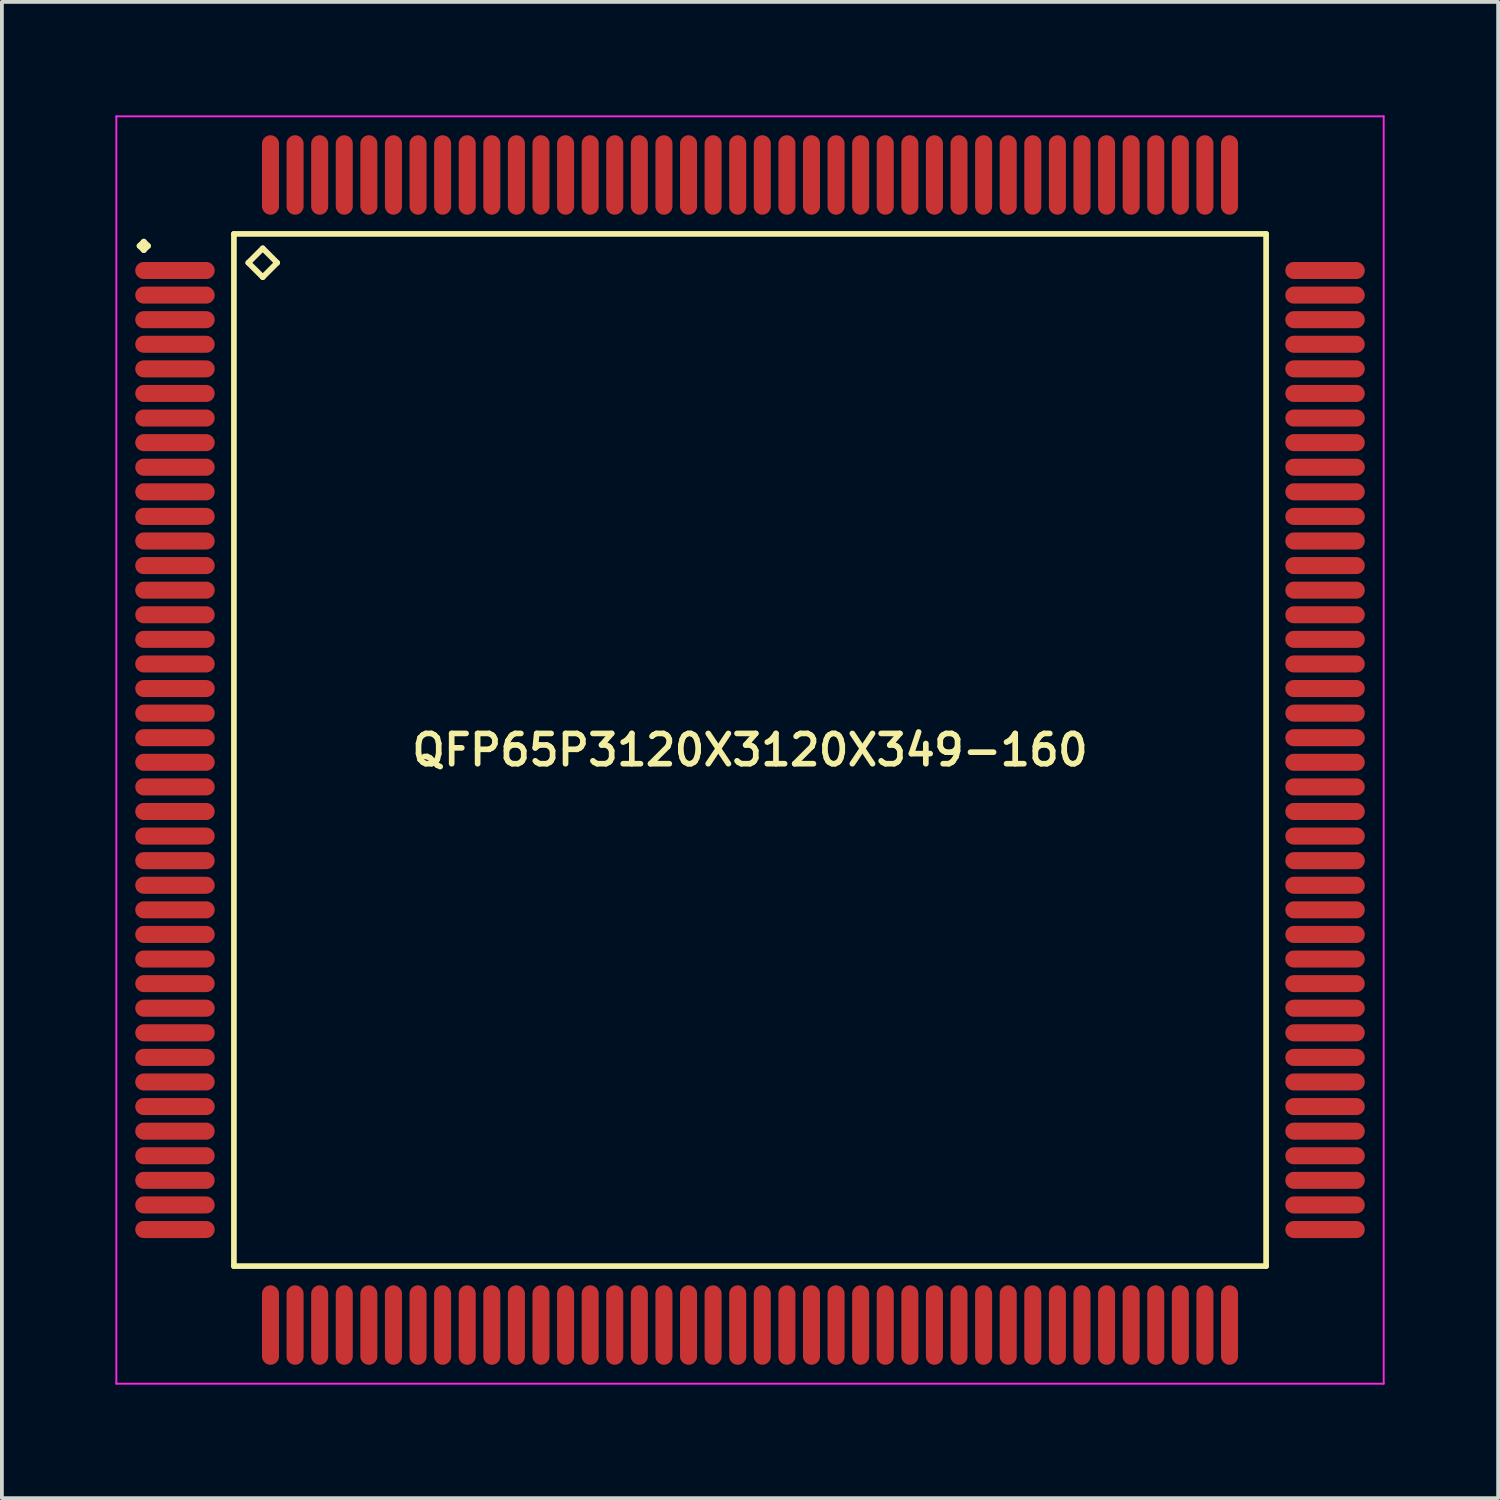
<source format=kicad_pcb>
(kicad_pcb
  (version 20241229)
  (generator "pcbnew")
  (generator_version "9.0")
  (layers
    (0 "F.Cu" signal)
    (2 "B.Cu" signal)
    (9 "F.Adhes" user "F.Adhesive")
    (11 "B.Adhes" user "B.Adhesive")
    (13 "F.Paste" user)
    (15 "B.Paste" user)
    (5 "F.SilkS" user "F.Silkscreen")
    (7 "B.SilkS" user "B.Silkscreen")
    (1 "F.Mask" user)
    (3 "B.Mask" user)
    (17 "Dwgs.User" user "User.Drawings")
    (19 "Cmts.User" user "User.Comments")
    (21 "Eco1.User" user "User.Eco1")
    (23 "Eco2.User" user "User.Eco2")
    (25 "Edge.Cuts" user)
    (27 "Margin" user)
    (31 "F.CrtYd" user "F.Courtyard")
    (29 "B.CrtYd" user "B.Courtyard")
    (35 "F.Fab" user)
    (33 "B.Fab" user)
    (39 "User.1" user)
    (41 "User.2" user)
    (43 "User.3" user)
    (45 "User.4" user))
  (footprint "QFP65P3120X3120X349-160"
    (layer "F.Cu")
    (at 16.775 16.775)
    (property "Reference" "QFP65P3120X3120X349-160" (at 0 0 0) (layer "F.SilkS") (effects (font (size 0.8 0.8) (thickness 0.15))))
    (attr smd)
    (fp_line (start -16.137 -13.325) (end -16.025 -13.438) (stroke (width 0.15) (type solid)) (layer "F.SilkS"))
    (fp_line (start -16.025 -13.438) (end -15.912 -13.325) (stroke (width 0.15) (type solid)) (layer "F.SilkS"))
    (fp_line (start -16.025 -13.213) (end -16.137 -13.325) (stroke (width 0.15) (type solid)) (layer "F.SilkS"))
    (fp_line (start -15.912 -13.325) (end -16.025 -13.213) (stroke (width 0.15) (type solid)) (layer "F.SilkS"))
    (fp_line (start -13.642 -13.642) (end -13.642 13.642) (stroke (width 0.15) (type solid)) (layer "F.SilkS"))
    (fp_line (start -13.642 13.642) (end 13.642 13.642) (stroke (width 0.15) (type solid)) (layer "F.SilkS"))
    (fp_line (start -13.261 -12.88) (end -12.88 -13.261) (stroke (width 0.15) (type solid)) (layer "F.SilkS"))
    (fp_line (start -12.88 -13.261) (end -12.499 -12.88) (stroke (width 0.15) (type solid)) (layer "F.SilkS"))
    (fp_line (start -12.88 -12.499) (end -13.261 -12.88) (stroke (width 0.15) (type solid)) (layer "F.SilkS"))
    (fp_line (start -12.499 -12.88) (end -12.88 -12.499) (stroke (width 0.15) (type solid)) (layer "F.SilkS"))
    (fp_line (start 13.642 -13.642) (end -13.642 -13.642) (stroke (width 0.15) (type solid)) (layer "F.SilkS"))
    (fp_line (start 13.642 13.642) (end 13.642 -13.642) (stroke (width 0.15) (type solid)) (layer "F.SilkS"))
    (fp_line (start -16.75 -16.75) (end 16.75 -16.75) (stroke (width 0.05) (type solid)) (layer "F.CrtYd"))
    (fp_line (start -16.75 16.75) (end -16.75 -16.75) (stroke (width 0.05) (type solid)) (layer "F.CrtYd"))
    (fp_line (start 16.75 -16.75) (end 16.75 16.75) (stroke (width 0.05) (type solid)) (layer "F.CrtYd"))
    (fp_line (start 16.75 16.75) (end -16.75 16.75) (stroke (width 0.05) (type solid)) (layer "F.CrtYd"))
    (pad "1" smd oval (at -15.2 -12.675) (size 2.1 0.45) (layers "F.Cu" "F.Mask" "F.Paste"))
    (pad "2" smd oval (at -15.2 -12.025) (size 2.1 0.45) (layers "F.Cu" "F.Mask" "F.Paste"))
    (pad "3" smd oval (at -15.2 -11.375) (size 2.1 0.45) (layers "F.Cu" "F.Mask" "F.Paste"))
    (pad "4" smd oval (at -15.2 -10.725) (size 2.1 0.45) (layers "F.Cu" "F.Mask" "F.Paste"))
    (pad "5" smd oval (at -15.2 -10.075) (size 2.1 0.45) (layers "F.Cu" "F.Mask" "F.Paste"))
    (pad "6" smd oval (at -15.2 -9.425) (size 2.1 0.45) (layers "F.Cu" "F.Mask" "F.Paste"))
    (pad "7" smd oval (at -15.2 -8.775) (size 2.1 0.45) (layers "F.Cu" "F.Mask" "F.Paste"))
    (pad "8" smd oval (at -15.2 -8.125) (size 2.1 0.45) (layers "F.Cu" "F.Mask" "F.Paste"))
    (pad "9" smd oval (at -15.2 -7.475) (size 2.1 0.45) (layers "F.Cu" "F.Mask" "F.Paste"))
    (pad "10" smd oval (at -15.2 -6.825) (size 2.1 0.45) (layers "F.Cu" "F.Mask" "F.Paste"))
    (pad "11" smd oval (at -15.2 -6.175) (size 2.1 0.45) (layers "F.Cu" "F.Mask" "F.Paste"))
    (pad "12" smd oval (at -15.2 -5.525) (size 2.1 0.45) (layers "F.Cu" "F.Mask" "F.Paste"))
    (pad "13" smd oval (at -15.2 -4.875) (size 2.1 0.45) (layers "F.Cu" "F.Mask" "F.Paste"))
    (pad "14" smd oval (at -15.2 -4.225) (size 2.1 0.45) (layers "F.Cu" "F.Mask" "F.Paste"))
    (pad "15" smd oval (at -15.2 -3.575) (size 2.1 0.45) (layers "F.Cu" "F.Mask" "F.Paste"))
    (pad "16" smd oval (at -15.2 -2.925) (size 2.1 0.45) (layers "F.Cu" "F.Mask" "F.Paste"))
    (pad "17" smd oval (at -15.2 -2.275) (size 2.1 0.45) (layers "F.Cu" "F.Mask" "F.Paste"))
    (pad "18" smd oval (at -15.2 -1.625) (size 2.1 0.45) (layers "F.Cu" "F.Mask" "F.Paste"))
    (pad "19" smd oval (at -15.2 -0.975) (size 2.1 0.45) (layers "F.Cu" "F.Mask" "F.Paste"))
    (pad "20" smd oval (at -15.2 -0.325) (size 2.1 0.45) (layers "F.Cu" "F.Mask" "F.Paste"))
    (pad "21" smd oval (at -15.2 0.325) (size 2.1 0.45) (layers "F.Cu" "F.Mask" "F.Paste"))
    (pad "22" smd oval (at -15.2 0.975) (size 2.1 0.45) (layers "F.Cu" "F.Mask" "F.Paste"))
    (pad "23" smd oval (at -15.2 1.625) (size 2.1 0.45) (layers "F.Cu" "F.Mask" "F.Paste"))
    (pad "24" smd oval (at -15.2 2.275) (size 2.1 0.45) (layers "F.Cu" "F.Mask" "F.Paste"))
    (pad "25" smd oval (at -15.2 2.925) (size 2.1 0.45) (layers "F.Cu" "F.Mask" "F.Paste"))
    (pad "26" smd oval (at -15.2 3.575) (size 2.1 0.45) (layers "F.Cu" "F.Mask" "F.Paste"))
    (pad "27" smd oval (at -15.2 4.225) (size 2.1 0.45) (layers "F.Cu" "F.Mask" "F.Paste"))
    (pad "28" smd oval (at -15.2 4.875) (size 2.1 0.45) (layers "F.Cu" "F.Mask" "F.Paste"))
    (pad "29" smd oval (at -15.2 5.525) (size 2.1 0.45) (layers "F.Cu" "F.Mask" "F.Paste"))
    (pad "30" smd oval (at -15.2 6.175) (size 2.1 0.45) (layers "F.Cu" "F.Mask" "F.Paste"))
    (pad "31" smd oval (at -15.2 6.825) (size 2.1 0.45) (layers "F.Cu" "F.Mask" "F.Paste"))
    (pad "32" smd oval (at -15.2 7.475) (size 2.1 0.45) (layers "F.Cu" "F.Mask" "F.Paste"))
    (pad "33" smd oval (at -15.2 8.125) (size 2.1 0.45) (layers "F.Cu" "F.Mask" "F.Paste"))
    (pad "34" smd oval (at -15.2 8.775) (size 2.1 0.45) (layers "F.Cu" "F.Mask" "F.Paste"))
    (pad "35" smd oval (at -15.2 9.425) (size 2.1 0.45) (layers "F.Cu" "F.Mask" "F.Paste"))
    (pad "36" smd oval (at -15.2 10.075) (size 2.1 0.45) (layers "F.Cu" "F.Mask" "F.Paste"))
    (pad "37" smd oval (at -15.2 10.725) (size 2.1 0.45) (layers "F.Cu" "F.Mask" "F.Paste"))
    (pad "38" smd oval (at -15.2 11.375) (size 2.1 0.45) (layers "F.Cu" "F.Mask" "F.Paste"))
    (pad "39" smd oval (at -15.2 12.025) (size 2.1 0.45) (layers "F.Cu" "F.Mask" "F.Paste"))
    (pad "40" smd oval (at -15.2 12.675) (size 2.1 0.45) (layers "F.Cu" "F.Mask" "F.Paste"))
    (pad "41" smd oval (at -12.675 15.2) (size 0.45 2.1) (layers "F.Cu" "F.Mask" "F.Paste"))
    (pad "42" smd oval (at -12.025 15.2) (size 0.45 2.1) (layers "F.Cu" "F.Mask" "F.Paste"))
    (pad "43" smd oval (at -11.375 15.2) (size 0.45 2.1) (layers "F.Cu" "F.Mask" "F.Paste"))
    (pad "44" smd oval (at -10.725 15.2) (size 0.45 2.1) (layers "F.Cu" "F.Mask" "F.Paste"))
    (pad "45" smd oval (at -10.075 15.2) (size 0.45 2.1) (layers "F.Cu" "F.Mask" "F.Paste"))
    (pad "46" smd oval (at -9.425 15.2) (size 0.45 2.1) (layers "F.Cu" "F.Mask" "F.Paste"))
    (pad "47" smd oval (at -8.775 15.2) (size 0.45 2.1) (layers "F.Cu" "F.Mask" "F.Paste"))
    (pad "48" smd oval (at -8.125 15.2) (size 0.45 2.1) (layers "F.Cu" "F.Mask" "F.Paste"))
    (pad "49" smd oval (at -7.475 15.2) (size 0.45 2.1) (layers "F.Cu" "F.Mask" "F.Paste"))
    (pad "50" smd oval (at -6.825 15.2) (size 0.45 2.1) (layers "F.Cu" "F.Mask" "F.Paste"))
    (pad "51" smd oval (at -6.175 15.2) (size 0.45 2.1) (layers "F.Cu" "F.Mask" "F.Paste"))
    (pad "52" smd oval (at -5.525 15.2) (size 0.45 2.1) (layers "F.Cu" "F.Mask" "F.Paste"))
    (pad "53" smd oval (at -4.875 15.2) (size 0.45 2.1) (layers "F.Cu" "F.Mask" "F.Paste"))
    (pad "54" smd oval (at -4.225 15.2) (size 0.45 2.1) (layers "F.Cu" "F.Mask" "F.Paste"))
    (pad "55" smd oval (at -3.575 15.2) (size 0.45 2.1) (layers "F.Cu" "F.Mask" "F.Paste"))
    (pad "56" smd oval (at -2.925 15.2) (size 0.45 2.1) (layers "F.Cu" "F.Mask" "F.Paste"))
    (pad "57" smd oval (at -2.275 15.2) (size 0.45 2.1) (layers "F.Cu" "F.Mask" "F.Paste"))
    (pad "58" smd oval (at -1.625 15.2) (size 0.45 2.1) (layers "F.Cu" "F.Mask" "F.Paste"))
    (pad "59" smd oval (at -0.975 15.2) (size 0.45 2.1) (layers "F.Cu" "F.Mask" "F.Paste"))
    (pad "60" smd oval (at -0.325 15.2) (size 0.45 2.1) (layers "F.Cu" "F.Mask" "F.Paste"))
    (pad "61" smd oval (at 0.325 15.2) (size 0.45 2.1) (layers "F.Cu" "F.Mask" "F.Paste"))
    (pad "62" smd oval (at 0.975 15.2) (size 0.45 2.1) (layers "F.Cu" "F.Mask" "F.Paste"))
    (pad "63" smd oval (at 1.625 15.2) (size 0.45 2.1) (layers "F.Cu" "F.Mask" "F.Paste"))
    (pad "64" smd oval (at 2.275 15.2) (size 0.45 2.1) (layers "F.Cu" "F.Mask" "F.Paste"))
    (pad "65" smd oval (at 2.925 15.2) (size 0.45 2.1) (layers "F.Cu" "F.Mask" "F.Paste"))
    (pad "66" smd oval (at 3.575 15.2) (size 0.45 2.1) (layers "F.Cu" "F.Mask" "F.Paste"))
    (pad "67" smd oval (at 4.225 15.2) (size 0.45 2.1) (layers "F.Cu" "F.Mask" "F.Paste"))
    (pad "68" smd oval (at 4.875 15.2) (size 0.45 2.1) (layers "F.Cu" "F.Mask" "F.Paste"))
    (pad "69" smd oval (at 5.525 15.2) (size 0.45 2.1) (layers "F.Cu" "F.Mask" "F.Paste"))
    (pad "70" smd oval (at 6.175 15.2) (size 0.45 2.1) (layers "F.Cu" "F.Mask" "F.Paste"))
    (pad "71" smd oval (at 6.825 15.2) (size 0.45 2.1) (layers "F.Cu" "F.Mask" "F.Paste"))
    (pad "72" smd oval (at 7.475 15.2) (size 0.45 2.1) (layers "F.Cu" "F.Mask" "F.Paste"))
    (pad "73" smd oval (at 8.125 15.2) (size 0.45 2.1) (layers "F.Cu" "F.Mask" "F.Paste"))
    (pad "74" smd oval (at 8.775 15.2) (size 0.45 2.1) (layers "F.Cu" "F.Mask" "F.Paste"))
    (pad "75" smd oval (at 9.425 15.2) (size 0.45 2.1) (layers "F.Cu" "F.Mask" "F.Paste"))
    (pad "76" smd oval (at 10.075 15.2) (size 0.45 2.1) (layers "F.Cu" "F.Mask" "F.Paste"))
    (pad "77" smd oval (at 10.725 15.2) (size 0.45 2.1) (layers "F.Cu" "F.Mask" "F.Paste"))
    (pad "78" smd oval (at 11.375 15.2) (size 0.45 2.1) (layers "F.Cu" "F.Mask" "F.Paste"))
    (pad "79" smd oval (at 12.025 15.2) (size 0.45 2.1) (layers "F.Cu" "F.Mask" "F.Paste"))
    (pad "80" smd oval (at 12.675 15.2) (size 0.45 2.1) (layers "F.Cu" "F.Mask" "F.Paste"))
    (pad "81" smd oval (at 15.2 12.675) (size 2.1 0.45) (layers "F.Cu" "F.Mask" "F.Paste"))
    (pad "82" smd oval (at 15.2 12.025) (size 2.1 0.45) (layers "F.Cu" "F.Mask" "F.Paste"))
    (pad "83" smd oval (at 15.2 11.375) (size 2.1 0.45) (layers "F.Cu" "F.Mask" "F.Paste"))
    (pad "84" smd oval (at 15.2 10.725) (size 2.1 0.45) (layers "F.Cu" "F.Mask" "F.Paste"))
    (pad "85" smd oval (at 15.2 10.075) (size 2.1 0.45) (layers "F.Cu" "F.Mask" "F.Paste"))
    (pad "86" smd oval (at 15.2 9.425) (size 2.1 0.45) (layers "F.Cu" "F.Mask" "F.Paste"))
    (pad "87" smd oval (at 15.2 8.775) (size 2.1 0.45) (layers "F.Cu" "F.Mask" "F.Paste"))
    (pad "88" smd oval (at 15.2 8.125) (size 2.1 0.45) (layers "F.Cu" "F.Mask" "F.Paste"))
    (pad "89" smd oval (at 15.2 7.475) (size 2.1 0.45) (layers "F.Cu" "F.Mask" "F.Paste"))
    (pad "90" smd oval (at 15.2 6.825) (size 2.1 0.45) (layers "F.Cu" "F.Mask" "F.Paste"))
    (pad "91" smd oval (at 15.2 6.175) (size 2.1 0.45) (layers "F.Cu" "F.Mask" "F.Paste"))
    (pad "92" smd oval (at 15.2 5.525) (size 2.1 0.45) (layers "F.Cu" "F.Mask" "F.Paste"))
    (pad "93" smd oval (at 15.2 4.875) (size 2.1 0.45) (layers "F.Cu" "F.Mask" "F.Paste"))
    (pad "94" smd oval (at 15.2 4.225) (size 2.1 0.45) (layers "F.Cu" "F.Mask" "F.Paste"))
    (pad "95" smd oval (at 15.2 3.575) (size 2.1 0.45) (layers "F.Cu" "F.Mask" "F.Paste"))
    (pad "96" smd oval (at 15.2 2.925) (size 2.1 0.45) (layers "F.Cu" "F.Mask" "F.Paste"))
    (pad "97" smd oval (at 15.2 2.275) (size 2.1 0.45) (layers "F.Cu" "F.Mask" "F.Paste"))
    (pad "98" smd oval (at 15.2 1.625) (size 2.1 0.45) (layers "F.Cu" "F.Mask" "F.Paste"))
    (pad "99" smd oval (at 15.2 0.975) (size 2.1 0.45) (layers "F.Cu" "F.Mask" "F.Paste"))
    (pad "100" smd oval (at 15.2 0.325) (size 2.1 0.45) (layers "F.Cu" "F.Mask" "F.Paste"))
    (pad "101" smd oval (at 15.2 -0.325) (size 2.1 0.45) (layers "F.Cu" "F.Mask" "F.Paste"))
    (pad "102" smd oval (at 15.2 -0.975) (size 2.1 0.45) (layers "F.Cu" "F.Mask" "F.Paste"))
    (pad "103" smd oval (at 15.2 -1.625) (size 2.1 0.45) (layers "F.Cu" "F.Mask" "F.Paste"))
    (pad "104" smd oval (at 15.2 -2.275) (size 2.1 0.45) (layers "F.Cu" "F.Mask" "F.Paste"))
    (pad "105" smd oval (at 15.2 -2.925) (size 2.1 0.45) (layers "F.Cu" "F.Mask" "F.Paste"))
    (pad "106" smd oval (at 15.2 -3.575) (size 2.1 0.45) (layers "F.Cu" "F.Mask" "F.Paste"))
    (pad "107" smd oval (at 15.2 -4.225) (size 2.1 0.45) (layers "F.Cu" "F.Mask" "F.Paste"))
    (pad "108" smd oval (at 15.2 -4.875) (size 2.1 0.45) (layers "F.Cu" "F.Mask" "F.Paste"))
    (pad "109" smd oval (at 15.2 -5.525) (size 2.1 0.45) (layers "F.Cu" "F.Mask" "F.Paste"))
    (pad "110" smd oval (at 15.2 -6.175) (size 2.1 0.45) (layers "F.Cu" "F.Mask" "F.Paste"))
    (pad "111" smd oval (at 15.2 -6.825) (size 2.1 0.45) (layers "F.Cu" "F.Mask" "F.Paste"))
    (pad "112" smd oval (at 15.2 -7.475) (size 2.1 0.45) (layers "F.Cu" "F.Mask" "F.Paste"))
    (pad "113" smd oval (at 15.2 -8.125) (size 2.1 0.45) (layers "F.Cu" "F.Mask" "F.Paste"))
    (pad "114" smd oval (at 15.2 -8.775) (size 2.1 0.45) (layers "F.Cu" "F.Mask" "F.Paste"))
    (pad "115" smd oval (at 15.2 -9.425) (size 2.1 0.45) (layers "F.Cu" "F.Mask" "F.Paste"))
    (pad "116" smd oval (at 15.2 -10.075) (size 2.1 0.45) (layers "F.Cu" "F.Mask" "F.Paste"))
    (pad "117" smd oval (at 15.2 -10.725) (size 2.1 0.45) (layers "F.Cu" "F.Mask" "F.Paste"))
    (pad "118" smd oval (at 15.2 -11.375) (size 2.1 0.45) (layers "F.Cu" "F.Mask" "F.Paste"))
    (pad "119" smd oval (at 15.2 -12.025) (size 2.1 0.45) (layers "F.Cu" "F.Mask" "F.Paste"))
    (pad "120" smd oval (at 15.2 -12.675) (size 2.1 0.45) (layers "F.Cu" "F.Mask" "F.Paste"))
    (pad "121" smd oval (at 12.675 -15.2) (size 0.45 2.1) (layers "F.Cu" "F.Mask" "F.Paste"))
    (pad "122" smd oval (at 12.025 -15.2) (size 0.45 2.1) (layers "F.Cu" "F.Mask" "F.Paste"))
    (pad "123" smd oval (at 11.375 -15.2) (size 0.45 2.1) (layers "F.Cu" "F.Mask" "F.Paste"))
    (pad "124" smd oval (at 10.725 -15.2) (size 0.45 2.1) (layers "F.Cu" "F.Mask" "F.Paste"))
    (pad "125" smd oval (at 10.075 -15.2) (size 0.45 2.1) (layers "F.Cu" "F.Mask" "F.Paste"))
    (pad "126" smd oval (at 9.425 -15.2) (size 0.45 2.1) (layers "F.Cu" "F.Mask" "F.Paste"))
    (pad "127" smd oval (at 8.775 -15.2) (size 0.45 2.1) (layers "F.Cu" "F.Mask" "F.Paste"))
    (pad "128" smd oval (at 8.125 -15.2) (size 0.45 2.1) (layers "F.Cu" "F.Mask" "F.Paste"))
    (pad "129" smd oval (at 7.475 -15.2) (size 0.45 2.1) (layers "F.Cu" "F.Mask" "F.Paste"))
    (pad "130" smd oval (at 6.825 -15.2) (size 0.45 2.1) (layers "F.Cu" "F.Mask" "F.Paste"))
    (pad "131" smd oval (at 6.175 -15.2) (size 0.45 2.1) (layers "F.Cu" "F.Mask" "F.Paste"))
    (pad "132" smd oval (at 5.525 -15.2) (size 0.45 2.1) (layers "F.Cu" "F.Mask" "F.Paste"))
    (pad "133" smd oval (at 4.875 -15.2) (size 0.45 2.1) (layers "F.Cu" "F.Mask" "F.Paste"))
    (pad "134" smd oval (at 4.225 -15.2) (size 0.45 2.1) (layers "F.Cu" "F.Mask" "F.Paste"))
    (pad "135" smd oval (at 3.575 -15.2) (size 0.45 2.1) (layers "F.Cu" "F.Mask" "F.Paste"))
    (pad "136" smd oval (at 2.925 -15.2) (size 0.45 2.1) (layers "F.Cu" "F.Mask" "F.Paste"))
    (pad "137" smd oval (at 2.275 -15.2) (size 0.45 2.1) (layers "F.Cu" "F.Mask" "F.Paste"))
    (pad "138" smd oval (at 1.625 -15.2) (size 0.45 2.1) (layers "F.Cu" "F.Mask" "F.Paste"))
    (pad "139" smd oval (at 0.975 -15.2) (size 0.45 2.1) (layers "F.Cu" "F.Mask" "F.Paste"))
    (pad "140" smd oval (at 0.325 -15.2) (size 0.45 2.1) (layers "F.Cu" "F.Mask" "F.Paste"))
    (pad "141" smd oval (at -0.325 -15.2) (size 0.45 2.1) (layers "F.Cu" "F.Mask" "F.Paste"))
    (pad "142" smd oval (at -0.975 -15.2) (size 0.45 2.1) (layers "F.Cu" "F.Mask" "F.Paste"))
    (pad "143" smd oval (at -1.625 -15.2) (size 0.45 2.1) (layers "F.Cu" "F.Mask" "F.Paste"))
    (pad "144" smd oval (at -2.275 -15.2) (size 0.45 2.1) (layers "F.Cu" "F.Mask" "F.Paste"))
    (pad "145" smd oval (at -2.925 -15.2) (size 0.45 2.1) (layers "F.Cu" "F.Mask" "F.Paste"))
    (pad "146" smd oval (at -3.575 -15.2) (size 0.45 2.1) (layers "F.Cu" "F.Mask" "F.Paste"))
    (pad "147" smd oval (at -4.225 -15.2) (size 0.45 2.1) (layers "F.Cu" "F.Mask" "F.Paste"))
    (pad "148" smd oval (at -4.875 -15.2) (size 0.45 2.1) (layers "F.Cu" "F.Mask" "F.Paste"))
    (pad "149" smd oval (at -5.525 -15.2) (size 0.45 2.1) (layers "F.Cu" "F.Mask" "F.Paste"))
    (pad "150" smd oval (at -6.175 -15.2) (size 0.45 2.1) (layers "F.Cu" "F.Mask" "F.Paste"))
    (pad "151" smd oval (at -6.825 -15.2) (size 0.45 2.1) (layers "F.Cu" "F.Mask" "F.Paste"))
    (pad "152" smd oval (at -7.475 -15.2) (size 0.45 2.1) (layers "F.Cu" "F.Mask" "F.Paste"))
    (pad "153" smd oval (at -8.125 -15.2) (size 0.45 2.1) (layers "F.Cu" "F.Mask" "F.Paste"))
    (pad "154" smd oval (at -8.775 -15.2) (size 0.45 2.1) (layers "F.Cu" "F.Mask" "F.Paste"))
    (pad "155" smd oval (at -9.425 -15.2) (size 0.45 2.1) (layers "F.Cu" "F.Mask" "F.Paste"))
    (pad "156" smd oval (at -10.075 -15.2) (size 0.45 2.1) (layers "F.Cu" "F.Mask" "F.Paste"))
    (pad "157" smd oval (at -10.725 -15.2) (size 0.45 2.1) (layers "F.Cu" "F.Mask" "F.Paste"))
    (pad "158" smd oval (at -11.375 -15.2) (size 0.45 2.1) (layers "F.Cu" "F.Mask" "F.Paste"))
    (pad "159" smd oval (at -12.025 -15.2) (size 0.45 2.1) (layers "F.Cu" "F.Mask" "F.Paste"))
    (pad "160" smd oval (at -12.675 -15.2) (size 0.45 2.1) (layers "F.Cu" "F.Mask" "F.Paste")))
  (gr_rect
    (start -3 -3)
    (end 36.55 36.55)
    (stroke (width 0.1) (type default))
    (fill no)
    (layer "Edge.Cuts")))
</source>
